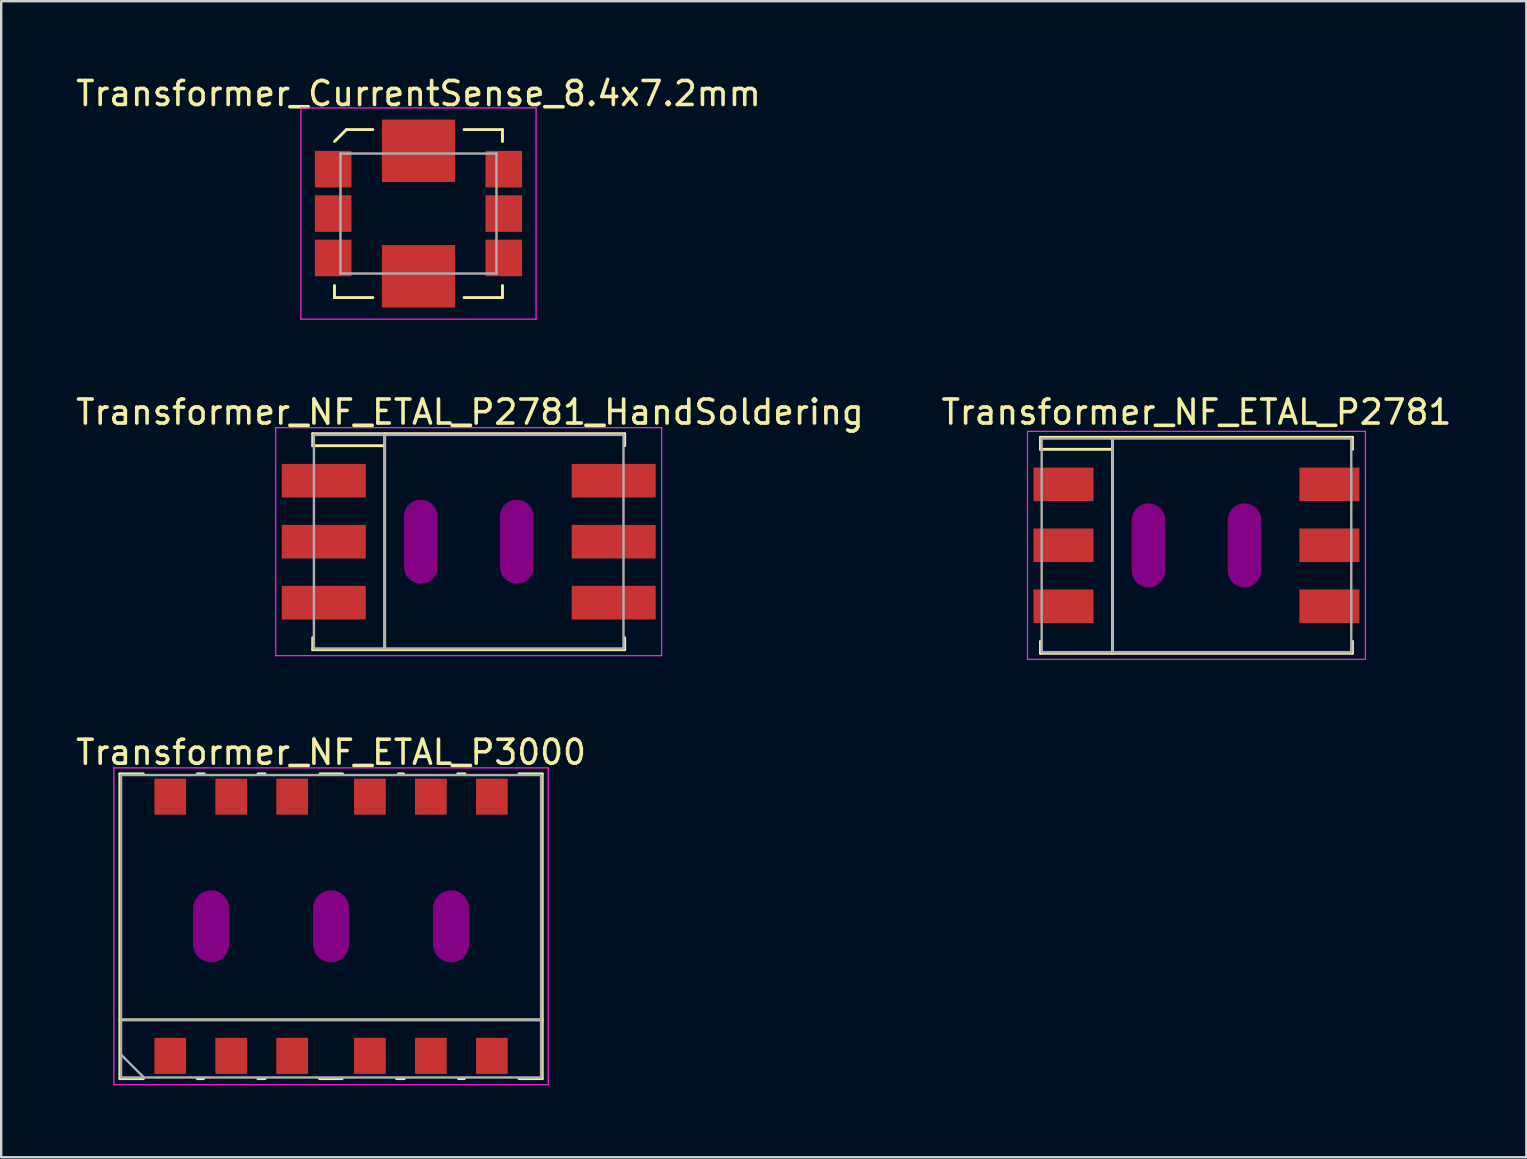
<source format=kicad_pcb>
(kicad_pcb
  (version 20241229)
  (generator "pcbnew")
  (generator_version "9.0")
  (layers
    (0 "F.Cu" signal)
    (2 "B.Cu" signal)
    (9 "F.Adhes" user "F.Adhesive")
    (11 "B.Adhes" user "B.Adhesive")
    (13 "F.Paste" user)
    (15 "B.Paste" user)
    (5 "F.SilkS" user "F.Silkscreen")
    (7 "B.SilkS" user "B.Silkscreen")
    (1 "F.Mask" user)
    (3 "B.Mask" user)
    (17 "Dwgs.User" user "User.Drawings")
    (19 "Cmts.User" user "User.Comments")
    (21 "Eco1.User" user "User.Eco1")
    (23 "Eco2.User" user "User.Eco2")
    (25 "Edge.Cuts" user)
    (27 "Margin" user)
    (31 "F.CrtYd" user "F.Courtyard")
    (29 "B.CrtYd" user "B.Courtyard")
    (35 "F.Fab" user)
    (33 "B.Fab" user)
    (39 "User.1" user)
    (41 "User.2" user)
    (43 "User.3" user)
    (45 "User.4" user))
  (footprint "Transformer_NF_ETAL_P2781_HandSoldering"
    (layer "F.Cu")
    (at 16.48 19.521)
    (property "Reference" "Transformer_NF_ETAL_P2781_HandSoldering" (at 0.05 -5.4 0) (layer "F.SilkS") (effects (font (size 1 1) (thickness 0.15))))
    (attr smd)
    (fp_line (start -6.5 -4.5) (end -6.5 -4) (stroke (width 0.12) (type solid)) (layer "F.SilkS"))
    (fp_line (start -6.5 -4.5) (end 6.5 -4.5) (stroke (width 0.12) (type solid)) (layer "F.SilkS"))
    (fp_line (start -6.5 -4) (end -3.5 -4) (stroke (width 0.12) (type solid)) (layer "F.SilkS"))
    (fp_line (start -6.5 4.5) (end -6.5 4) (stroke (width 0.12) (type solid)) (layer "F.SilkS"))
    (fp_line (start -3.5 -4.5) (end -3.5 4.5) (stroke (width 0.12) (type solid)) (layer "F.SilkS"))
    (fp_line (start 6.5 -4.5) (end 6.5 -4) (stroke (width 0.12) (type solid)) (layer "F.SilkS"))
    (fp_line (start 6.5 4.5) (end -6.5 4.5) (stroke (width 0.12) (type solid)) (layer "F.SilkS"))
    (fp_line (start 6.5 4.5) (end 6.5 4) (stroke (width 0.12) (type solid)) (layer "F.SilkS"))
    (fp_line (start -8.04 -4.75) (end -8.04 4.75) (stroke (width 0.05) (type solid)) (layer "F.CrtYd"))
    (fp_line (start -8.04 -4.75) (end 8.04 -4.75) (stroke (width 0.05) (type solid)) (layer "F.CrtYd"))
    (fp_line (start 8.04 4.75) (end -8.04 4.75) (stroke (width 0.05) (type solid)) (layer "F.CrtYd"))
    (fp_line (start 8.04 4.75) (end 8.04 -4.75) (stroke (width 0.05) (type solid)) (layer "F.CrtYd"))
    (fp_line (start -6.45 -4.45) (end -6.45 4.45) (stroke (width 0.1) (type solid)) (layer "F.Fab"))
    (fp_line (start -6.45 4.45) (end 6.45 4.45) (stroke (width 0.1) (type solid)) (layer "F.Fab"))
    (fp_line (start -3.5 -4.4) (end -3.5 4.45) (stroke (width 0.1) (type solid)) (layer "F.Fab"))
    (fp_line (start 6.45 -4.45) (end -6.45 -4.45) (stroke (width 0.1) (type solid)) (layer "F.Fab"))
    (fp_line (start 6.45 4.45) (end 6.45 -4.45) (stroke (width 0.1) (type solid)) (layer "F.Fab"))
    (pad "" smd oval (at -2 0 90) (size 3.5 1.4) (layers "F.Adhes"))
    (pad "" smd oval (at 2 0 90) (size 3.5 1.4) (layers "F.Adhes"))
    (pad "1" smd rect (at -6.04 -2.54) (size 3.5 1.4) (layers "F.Cu" "F.Mask" "F.Paste"))
    (pad "2" smd rect (at -6.04 0) (size 3.5 1.4) (layers "F.Cu" "F.Mask" "F.Paste"))
    (pad "3" smd rect (at -6.04 2.54) (size 3.5 1.4) (layers "F.Cu" "F.Mask" "F.Paste"))
    (pad "4" smd rect (at 6.04 2.54) (size 3.5 1.4) (layers "F.Cu" "F.Mask" "F.Paste"))
    (pad "5" smd rect (at 6.04 0) (size 3.5 1.4) (layers "F.Cu" "F.Mask" "F.Paste"))
    (pad "6" smd rect (at 6.04 -2.54) (size 3.5 1.4) (layers "F.Cu" "F.Mask" "F.Paste")))
  (footprint "Transformer_NF_ETAL_P3000"
    (layer "F.Cu")
    (at 10.744 35.545)
    (property "Reference" "Transformer_NF_ETAL_P3000" (at 0 -7.25 0) (layer "F.SilkS") (effects (font (size 1 1) (thickness 0.15))))
    (attr smd)
    (fp_line (start -8.8 -6.35) (end -7.82 -6.35) (stroke (width 0.12) (type solid)) (layer "F.SilkS"))
    (fp_line (start -8.8 6.35) (end -8.8 -6.35) (stroke (width 0.12) (type solid)) (layer "F.SilkS"))
    (fp_line (start -7.82 6.35) (end -8.8 6.35) (stroke (width 0.12) (type solid)) (layer "F.SilkS"))
    (fp_line (start -5.57 -6.35) (end -5.28 -6.35) (stroke (width 0.12) (type solid)) (layer "F.SilkS"))
    (fp_line (start -5.31 6.35) (end -5.57 6.35) (stroke (width 0.12) (type solid)) (layer "F.SilkS"))
    (fp_line (start -3.04 -6.35) (end -2.75 -6.35) (stroke (width 0.12) (type solid)) (layer "F.SilkS"))
    (fp_line (start -2.75 6.35) (end -3.05 6.35) (stroke (width 0.12) (type solid)) (layer "F.SilkS"))
    (fp_line (start -0.46 -6.35) (end 0.48 -6.35) (stroke (width 0.12) (type solid)) (layer "F.SilkS"))
    (fp_line (start 0.46 6.35) (end -0.48 6.35) (stroke (width 0.12) (type solid)) (layer "F.SilkS"))
    (fp_line (start 2.81 -6.35) (end 3.02 -6.35) (stroke (width 0.12) (type solid)) (layer "F.SilkS"))
    (fp_line (start 3.05 6.35) (end 2.73 6.35) (stroke (width 0.12) (type solid)) (layer "F.SilkS"))
    (fp_line (start 5.28 -6.35) (end 5.58 -6.35) (stroke (width 0.12) (type solid)) (layer "F.SilkS"))
    (fp_line (start 5.55 6.35) (end 5.31 6.35) (stroke (width 0.12) (type solid)) (layer "F.SilkS"))
    (fp_line (start 8.8 -6.35) (end 7.83 -6.35) (stroke (width 0.12) (type solid)) (layer "F.SilkS"))
    (fp_line (start 8.8 -6.35) (end 8.8 6.35) (stroke (width 0.12) (type solid)) (layer "F.SilkS"))
    (fp_line (start 8.8 3.9) (end -8.8 3.9) (stroke (width 0.12) (type solid)) (layer "F.SilkS"))
    (fp_line (start 8.8 6.35) (end 7.83 6.35) (stroke (width 0.12) (type solid)) (layer "F.SilkS"))
    (fp_line (start -9.05 -6.6) (end -9.05 6.6) (stroke (width 0.05) (type solid)) (layer "F.CrtYd"))
    (fp_line (start -9.05 -6.6) (end 9.05 -6.6) (stroke (width 0.05) (type solid)) (layer "F.CrtYd"))
    (fp_line (start 9.05 6.6) (end -9.05 6.6) (stroke (width 0.05) (type solid)) (layer "F.CrtYd"))
    (fp_line (start 9.05 6.6) (end 9.05 -6.6) (stroke (width 0.05) (type solid)) (layer "F.CrtYd"))
    (fp_line (start -8.75 -6.3) (end 8.75 -6.3) (stroke (width 0.1) (type solid)) (layer "F.Fab"))
    (fp_line (start -8.75 6.3) (end -8.75 -6.3) (stroke (width 0.1) (type solid)) (layer "F.Fab"))
    (fp_line (start -8.65 3.9) (end 8.7 3.9) (stroke (width 0.1) (type solid)) (layer "F.Fab"))
    (fp_line (start -7.8 6.3) (end -8.75 5.35) (stroke (width 0.1) (type solid)) (layer "F.Fab"))
    (fp_line (start 8.75 -6.3) (end 8.75 6.3) (stroke (width 0.1) (type solid)) (layer "F.Fab"))
    (fp_line (start 8.75 6.3) (end -8.75 6.3) (stroke (width 0.1) (type solid)) (layer "F.Fab"))
    (pad "" smd oval (at -5 0) (size 1.5 3) (layers "F.Adhes"))
    (pad "" smd oval (at 0 0) (size 1.5 3) (layers "F.Adhes"))
    (pad "" smd oval (at 5 0) (size 1.5 3) (layers "F.Adhes"))
    (pad "1" smd rect (at -6.7 5.4) (size 1.32 1.5) (layers "F.Cu" "F.Mask" "F.Paste"))
    (pad "2" smd rect (at -4.16 5.4) (size 1.32 1.5) (layers "F.Cu" "F.Mask" "F.Paste"))
    (pad "3" smd rect (at -1.62 5.4) (size 1.32 1.5) (layers "F.Cu" "F.Mask" "F.Paste"))
    (pad "4" smd rect (at 1.62 5.4) (size 1.32 1.5) (layers "F.Cu" "F.Mask" "F.Paste"))
    (pad "5" smd rect (at 4.16 5.4) (size 1.32 1.5) (layers "F.Cu" "F.Mask" "F.Paste"))
    (pad "6" smd rect (at 6.7 5.4) (size 1.32 1.5) (layers "F.Cu" "F.Mask" "F.Paste"))
    (pad "7" smd rect (at 6.7 -5.4) (size 1.32 1.5) (layers "F.Cu" "F.Mask" "F.Paste"))
    (pad "8" smd rect (at 4.16 -5.4) (size 1.32 1.5) (layers "F.Cu" "F.Mask" "F.Paste"))
    (pad "9" smd rect (at 1.62 -5.4) (size 1.32 1.5) (layers "F.Cu" "F.Mask" "F.Paste"))
    (pad "10" smd rect (at -1.62 -5.4) (size 1.32 1.5) (layers "F.Cu" "F.Mask" "F.Paste"))
    (pad "11" smd rect (at -4.16 -5.4) (size 1.32 1.5) (layers "F.Cu" "F.Mask" "F.Paste"))
    (pad "12" smd rect (at -6.7 -5.4) (size 1.32 1.5) (layers "F.Cu" "F.Mask" "F.Paste")))
  (footprint "Transformer_NF_ETAL_P2781"
    (layer "F.Cu")
    (at 46.804 19.672)
    (property "Reference" "Transformer_NF_ETAL_P2781" (at 0 -5.55 0) (layer "F.SilkS") (effects (font (size 1 1) (thickness 0.15))))
    (attr smd)
    (fp_line (start -6.5 -4.5) (end -6.5 -4) (stroke (width 0.12) (type solid)) (layer "F.SilkS"))
    (fp_line (start -6.5 -4.5) (end 6.5 -4.5) (stroke (width 0.12) (type solid)) (layer "F.SilkS"))
    (fp_line (start -6.5 -4) (end -3.5 -4) (stroke (width 0.12) (type solid)) (layer "F.SilkS"))
    (fp_line (start -6.5 4.5) (end -6.5 4) (stroke (width 0.12) (type solid)) (layer "F.SilkS"))
    (fp_line (start -3.5 -4.5) (end -3.5 4.5) (stroke (width 0.12) (type solid)) (layer "F.SilkS"))
    (fp_line (start 6.5 -4.5) (end 6.5 -4) (stroke (width 0.12) (type solid)) (layer "F.SilkS"))
    (fp_line (start 6.5 4.5) (end -6.5 4.5) (stroke (width 0.12) (type solid)) (layer "F.SilkS"))
    (fp_line (start 6.5 4.5) (end 6.5 4) (stroke (width 0.12) (type solid)) (layer "F.SilkS"))
    (fp_line (start -7.04 -4.75) (end -7.04 4.75) (stroke (width 0.05) (type solid)) (layer "F.CrtYd"))
    (fp_line (start -7.04 -4.75) (end 7.04 -4.75) (stroke (width 0.05) (type solid)) (layer "F.CrtYd"))
    (fp_line (start 7.04 4.75) (end -7.04 4.75) (stroke (width 0.05) (type solid)) (layer "F.CrtYd"))
    (fp_line (start 7.04 4.75) (end 7.04 -4.75) (stroke (width 0.05) (type solid)) (layer "F.CrtYd"))
    (fp_line (start -6.45 -4.45) (end 6.45 -4.45) (stroke (width 0.1) (type solid)) (layer "F.Fab"))
    (fp_line (start -6.45 4.45) (end -6.45 -4.45) (stroke (width 0.1) (type solid)) (layer "F.Fab"))
    (fp_line (start -3.5 -4.45) (end -3.5 4.45) (stroke (width 0.1) (type solid)) (layer "F.Fab"))
    (fp_line (start 6.45 -4.45) (end 6.45 4.45) (stroke (width 0.1) (type solid)) (layer "F.Fab"))
    (fp_line (start 6.45 4.45) (end -6.45 4.45) (stroke (width 0.1) (type solid)) (layer "F.Fab"))
    (pad "" smd oval (at -2 0 90) (size 3.5 1.4) (layers "F.Adhes"))
    (pad "" smd oval (at 2 0 90) (size 3.5 1.4) (layers "F.Adhes"))
    (pad "1" smd rect (at -5.54 -2.54) (size 2.5 1.4) (layers "F.Cu" "F.Mask" "F.Paste"))
    (pad "2" smd rect (at -5.54 0) (size 2.5 1.4) (layers "F.Cu" "F.Mask" "F.Paste"))
    (pad "3" smd rect (at -5.54 2.54) (size 2.5 1.4) (layers "F.Cu" "F.Mask" "F.Paste"))
    (pad "4" smd rect (at 5.54 2.54) (size 2.5 1.4) (layers "F.Cu" "F.Mask" "F.Paste"))
    (pad "5" smd rect (at 5.54 0) (size 2.5 1.4) (layers "F.Cu" "F.Mask" "F.Paste"))
    (pad "6" smd rect (at 5.54 -2.54) (size 2.5 1.4) (layers "F.Cu" "F.Mask" "F.Paste")))
  (footprint "Transformer_CurrentSense_8.4x7.2mm"
    (layer "F.Cu")
    (at 14.387 5.848)
    (property "Reference" "Transformer_CurrentSense_8.4x7.2mm" (at 0 -5 0) (layer "F.SilkS") (effects (font (size 1 1) (thickness 0.15))))
    (attr smd)
    (fp_line (start -3.5 -3) (end -3 -3.5) (stroke (width 0.12) (type solid)) (layer "F.SilkS"))
    (fp_line (start -3.5 3.5) (end -3.5 3) (stroke (width 0.12) (type solid)) (layer "F.SilkS"))
    (fp_line (start -3 -3.5) (end -1.9 -3.5) (stroke (width 0.12) (type solid)) (layer "F.SilkS"))
    (fp_line (start -1.9 3.5) (end -3.5 3.5) (stroke (width 0.12) (type solid)) (layer "F.SilkS"))
    (fp_line (start 1.9 -3.5) (end 3.5 -3.5) (stroke (width 0.12) (type solid)) (layer "F.SilkS"))
    (fp_line (start 1.9 3.5) (end 3.5 3.5) (stroke (width 0.12) (type solid)) (layer "F.SilkS"))
    (fp_line (start 3.5 -3.5) (end 3.5 -3) (stroke (width 0.12) (type solid)) (layer "F.SilkS"))
    (fp_line (start 3.5 3.5) (end 3.5 3) (stroke (width 0.12) (type solid)) (layer "F.SilkS"))
    (fp_line (start -4.9 -4.4) (end -4.9 4.4) (stroke (width 0.05) (type solid)) (layer "F.CrtYd"))
    (fp_line (start -4.9 4.4) (end 4.9 4.4) (stroke (width 0.05) (type solid)) (layer "F.CrtYd"))
    (fp_line (start 4.9 -4.4) (end -4.9 -4.4) (stroke (width 0.05) (type solid)) (layer "F.CrtYd"))
    (fp_line (start 4.9 4.4) (end 4.9 -4.4) (stroke (width 0.05) (type solid)) (layer "F.CrtYd"))
    (fp_line (start -3.25 -2.5) (end 3.25 -2.5) (stroke (width 0.1) (type solid)) (layer "F.Fab"))
    (fp_line (start -3.25 2.5) (end -3.25 -2.5) (stroke (width 0.1) (type solid)) (layer "F.Fab"))
    (fp_line (start 3.25 -2.5) (end 3.25 2.5) (stroke (width 0.1) (type solid)) (layer "F.Fab"))
    (fp_line (start 3.25 2.5) (end -3.25 2.5) (stroke (width 0.1) (type solid)) (layer "F.Fab"))
    (pad "1" smd rect (at -3.555 -1.85) (size 1.524 1.524) (layers "F.Cu" "F.Mask" "F.Paste"))
    (pad "2" smd rect (at -3.555 0) (size 1.524 1.524) (layers "F.Cu" "F.Mask" "F.Paste"))
    (pad "3" smd rect (at -3.555 1.85) (size 1.524 1.524) (layers "F.Cu" "F.Mask" "F.Paste"))
    (pad "4" smd rect (at 3.555 1.85) (size 1.524 1.524) (layers "F.Cu" "F.Mask" "F.Paste"))
    (pad "5" smd rect (at 3.555 0) (size 1.524 1.524) (layers "F.Cu" "F.Mask" "F.Paste"))
    (pad "6" smd rect (at 3.555 -1.85) (size 1.524 1.524) (layers "F.Cu" "F.Mask" "F.Paste"))
    (pad "7" smd rect (at 0 2.615) (size 3.05 2.6) (layers "F.Cu" "F.Mask" "F.Paste"))
    (pad "8" smd rect (at 0 -2.615) (size 3.05 2.6) (layers "F.Cu" "F.Mask" "F.Paste")))
  (gr_rect
    (start -3 -3)
    (end 60.548 45.17)
    (stroke (width 0.1) (type default))
    (fill no)
    (layer "Edge.Cuts")))
</source>
